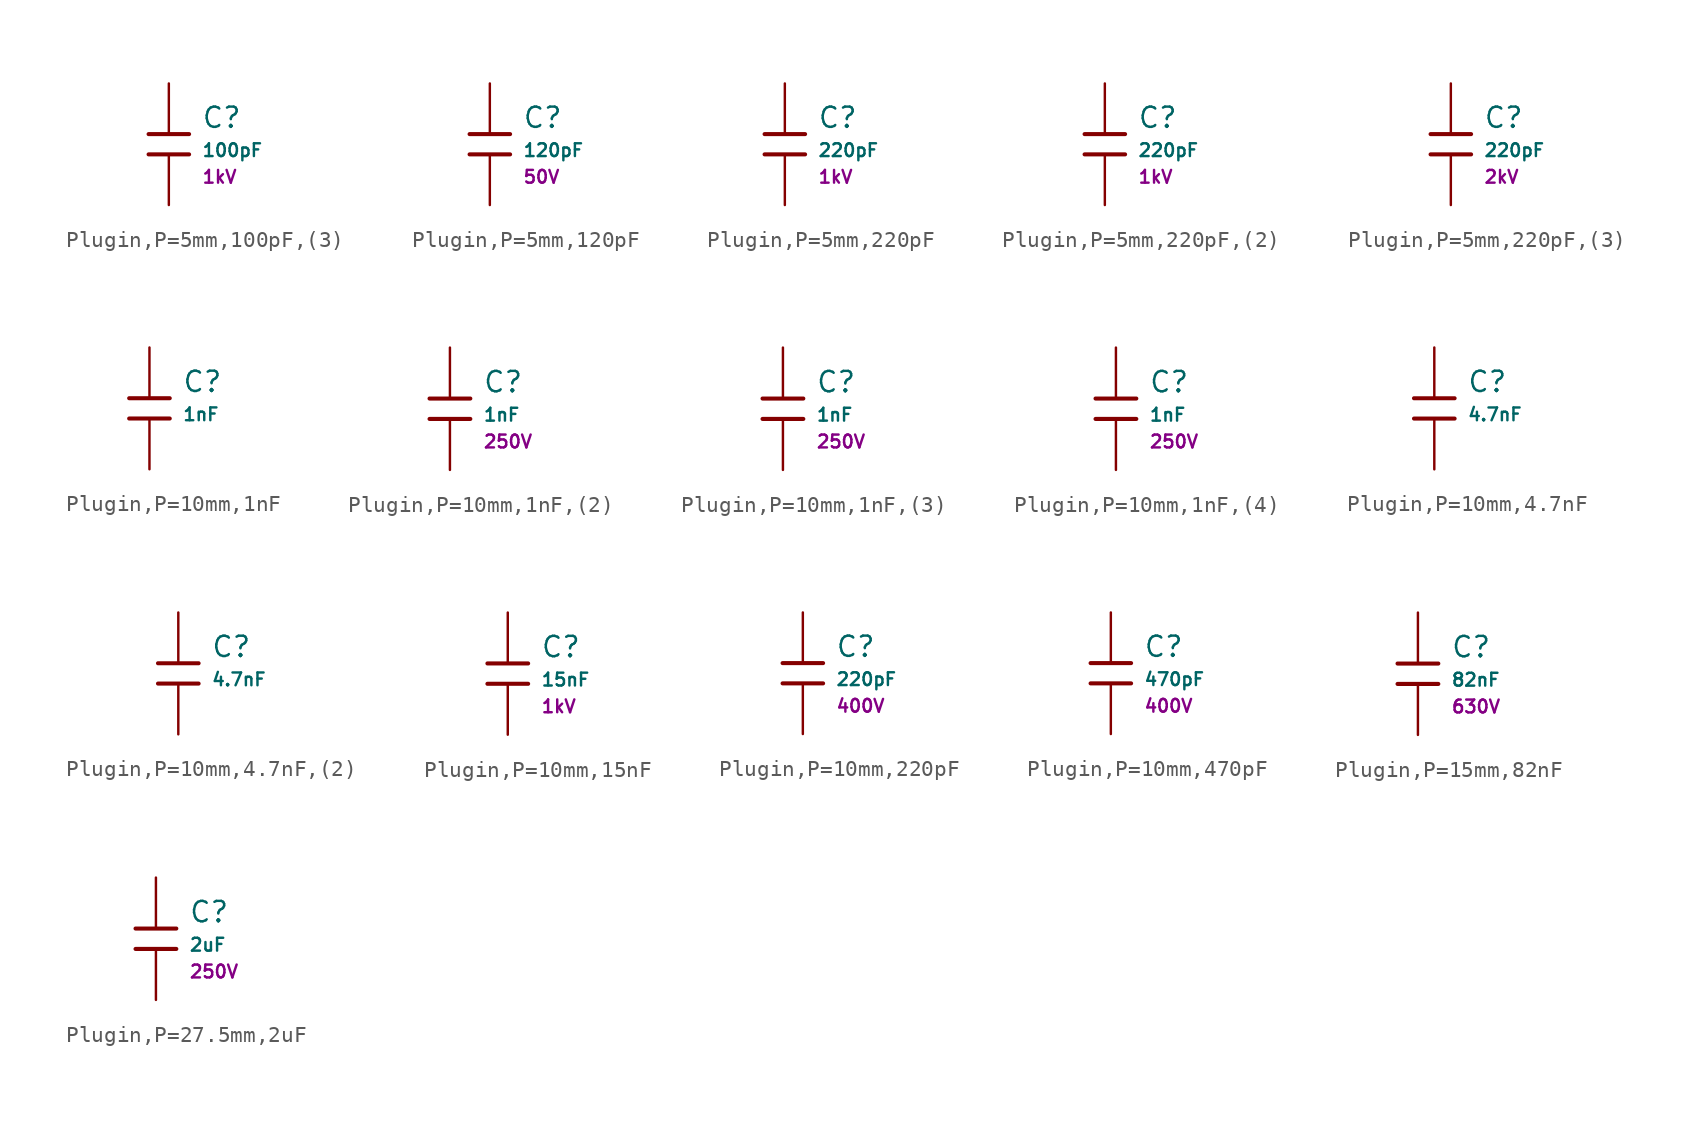
<source format=kicad_sym>
(kicad_symbol_lib
  (version 20231120)
  (generator "CDFER")
  (generator_version "8.0")
  (symbol "Plugin,P=5mm,100pF,(3)"
    (pin_numbers hide)
    (pin_names
      (offset 0))
    (property "Reference" "C"
      (at 2.032 1.668 0)
      (effects (font (size 1.27 1.27)) (justify left)))
    (property "Value" "100pF"
      (at 2.032 -0.378 0)
      (effects (font (size 0.8 0.8)) (justify left)))
    (property "Voltage Rated" "1kV"
      (at 2.032 -2.046 0)
      (effects (font (size 0.8 0.8)) (justify left)))
    (symbol "Plugin,P=5mm,100pF,(3)_0_1"
      (polyline (pts (xy -1.27 0.635) (xy 1.27 0.635)) (stroke (width 0.254) (type default)) (fill (type none))))
    (symbol "Plugin,P=5mm,100pF,(3)_0_1"
      (polyline (pts (xy -1.27 -0.635) (xy 1.27 -0.635)) (stroke (width 0.254) (type default)) (fill (type none))))
    (symbol "Plugin,P=5mm,100pF,(3)_1_1"
      (pin passive line (at 0 3.81 270) (length 3.175) (name "~" (effects (font (size 1.27 1.27)))) (number "1" (effects (font (size 1.27 1.27)))))
      (pin passive line (at 0 -3.81 90) (length 3.175) (name "~" (effects (font (size 1.27 1.27)))) (number "2" (effects (font (size 1.27 1.27)))))))
  (symbol "Plugin,P=5mm,120pF"
    (pin_numbers hide)
    (pin_names
      (offset 0))
    (property "Reference" "C"
      (at 2.032 1.668 0)
      (effects (font (size 1.27 1.27)) (justify left)))
    (property "Value" "120pF"
      (at 2.032 -0.378 0)
      (effects (font (size 0.8 0.8)) (justify left)))
    (property "Voltage Rated" "50V"
      (at 2.032 -2.046 0)
      (effects (font (size 0.8 0.8)) (justify left)))
    (symbol "Plugin,P=5mm,120pF_0_1"
      (polyline (pts (xy -1.27 0.635) (xy 1.27 0.635)) (stroke (width 0.254) (type default)) (fill (type none))))
    (symbol "Plugin,P=5mm,120pF_0_1"
      (polyline (pts (xy -1.27 -0.635) (xy 1.27 -0.635)) (stroke (width 0.254) (type default)) (fill (type none))))
    (symbol "Plugin,P=5mm,120pF_1_1"
      (pin passive line (at 0 3.81 270) (length 3.175) (name "~" (effects (font (size 1.27 1.27)))) (number "1" (effects (font (size 1.27 1.27)))))
      (pin passive line (at 0 -3.81 90) (length 3.175) (name "~" (effects (font (size 1.27 1.27)))) (number "2" (effects (font (size 1.27 1.27)))))))
  (symbol "Plugin,P=5mm,220pF"
    (pin_numbers hide)
    (pin_names
      (offset 0))
    (property "Reference" "C"
      (at 2.032 1.668 0)
      (effects (font (size 1.27 1.27)) (justify left)))
    (property "Value" "220pF"
      (at 2.032 -0.378 0)
      (effects (font (size 0.8 0.8)) (justify left)))
    (property "Voltage Rated" "1kV"
      (at 2.032 -2.046 0)
      (effects (font (size 0.8 0.8)) (justify left)))
    (symbol "Plugin,P=5mm,220pF_0_1"
      (polyline (pts (xy -1.27 0.635) (xy 1.27 0.635)) (stroke (width 0.254) (type default)) (fill (type none))))
    (symbol "Plugin,P=5mm,220pF_0_1"
      (polyline (pts (xy -1.27 -0.635) (xy 1.27 -0.635)) (stroke (width 0.254) (type default)) (fill (type none))))
    (symbol "Plugin,P=5mm,220pF_1_1"
      (pin passive line (at 0 3.81 270) (length 3.175) (name "~" (effects (font (size 1.27 1.27)))) (number "1" (effects (font (size 1.27 1.27)))))
      (pin passive line (at 0 -3.81 90) (length 3.175) (name "~" (effects (font (size 1.27 1.27)))) (number "2" (effects (font (size 1.27 1.27)))))))
  (symbol "Plugin,P=5mm,220pF,(2)"
    (pin_numbers hide)
    (pin_names
      (offset 0))
    (property "Reference" "C"
      (at 2.032 1.668 0)
      (effects (font (size 1.27 1.27)) (justify left)))
    (property "Value" "220pF"
      (at 2.032 -0.378 0)
      (effects (font (size 0.8 0.8)) (justify left)))
    (property "Voltage Rated" "1kV"
      (at 2.032 -2.046 0)
      (effects (font (size 0.8 0.8)) (justify left)))
    (symbol "Plugin,P=5mm,220pF,(2)_0_1"
      (polyline (pts (xy -1.27 0.635) (xy 1.27 0.635)) (stroke (width 0.254) (type default)) (fill (type none))))
    (symbol "Plugin,P=5mm,220pF,(2)_0_1"
      (polyline (pts (xy -1.27 -0.635) (xy 1.27 -0.635)) (stroke (width 0.254) (type default)) (fill (type none))))
    (symbol "Plugin,P=5mm,220pF,(2)_1_1"
      (pin passive line (at 0 3.81 270) (length 3.175) (name "~" (effects (font (size 1.27 1.27)))) (number "1" (effects (font (size 1.27 1.27)))))
      (pin passive line (at 0 -3.81 90) (length 3.175) (name "~" (effects (font (size 1.27 1.27)))) (number "2" (effects (font (size 1.27 1.27)))))))
  (symbol "Plugin,P=5mm,220pF,(3)"
    (pin_numbers hide)
    (pin_names
      (offset 0))
    (property "Reference" "C"
      (at 2.032 1.668 0)
      (effects (font (size 1.27 1.27)) (justify left)))
    (property "Value" "220pF"
      (at 2.032 -0.378 0)
      (effects (font (size 0.8 0.8)) (justify left)))
    (property "Voltage Rated" "2kV"
      (at 2.032 -2.046 0)
      (effects (font (size 0.8 0.8)) (justify left)))
    (symbol "Plugin,P=5mm,220pF,(3)_0_1"
      (polyline (pts (xy -1.27 0.635) (xy 1.27 0.635)) (stroke (width 0.254) (type default)) (fill (type none))))
    (symbol "Plugin,P=5mm,220pF,(3)_0_1"
      (polyline (pts (xy -1.27 -0.635) (xy 1.27 -0.635)) (stroke (width 0.254) (type default)) (fill (type none))))
    (symbol "Plugin,P=5mm,220pF,(3)_1_1"
      (pin passive line (at 0 3.81 270) (length 3.175) (name "~" (effects (font (size 1.27 1.27)))) (number "1" (effects (font (size 1.27 1.27)))))
      (pin passive line (at 0 -3.81 90) (length 3.175) (name "~" (effects (font (size 1.27 1.27)))) (number "2" (effects (font (size 1.27 1.27)))))))
  (symbol "Plugin,P=10mm,1nF"
    (pin_numbers hide)
    (pin_names
      (offset 0))
    (property "Reference" "C"
      (at 2.032 1.668 0)
      (effects (font (size 1.27 1.27)) (justify left)))
    (property "Value" "1nF"
      (at 2.032 -0.378 0)
      (effects (font (size 0.8 0.8)) (justify left)))
    (symbol "Plugin,P=10mm,1nF_0_1"
      (polyline (pts (xy -1.27 0.635) (xy 1.27 0.635)) (stroke (width 0.254) (type default)) (fill (type none))))
    (symbol "Plugin,P=10mm,1nF_0_1"
      (polyline (pts (xy -1.27 -0.635) (xy 1.27 -0.635)) (stroke (width 0.254) (type default)) (fill (type none))))
    (symbol "Plugin,P=10mm,1nF_1_1"
      (pin passive line (at 0 3.81 270) (length 3.175) (name "~" (effects (font (size 1.27 1.27)))) (number "1" (effects (font (size 1.27 1.27)))))
      (pin passive line (at 0 -3.81 90) (length 3.175) (name "~" (effects (font (size 1.27 1.27)))) (number "2" (effects (font (size 1.27 1.27)))))))
  (symbol "Plugin,P=10mm,1nF,(2)"
    (pin_numbers hide)
    (pin_names
      (offset 0))
    (property "Reference" "C"
      (at 2.032 1.668 0)
      (effects (font (size 1.27 1.27)) (justify left)))
    (property "Value" "1nF"
      (at 2.032 -0.378 0)
      (effects (font (size 0.8 0.8)) (justify left)))
    (property "Voltage Rated" "250V"
      (at 2.032 -2.046 0)
      (effects (font (size 0.8 0.8)) (justify left)))
    (symbol "Plugin,P=10mm,1nF,(2)_0_1"
      (polyline (pts (xy -1.27 0.635) (xy 1.27 0.635)) (stroke (width 0.254) (type default)) (fill (type none))))
    (symbol "Plugin,P=10mm,1nF,(2)_0_1"
      (polyline (pts (xy -1.27 -0.635) (xy 1.27 -0.635)) (stroke (width 0.254) (type default)) (fill (type none))))
    (symbol "Plugin,P=10mm,1nF,(2)_1_1"
      (pin passive line (at 0 3.81 270) (length 3.175) (name "~" (effects (font (size 1.27 1.27)))) (number "1" (effects (font (size 1.27 1.27)))))
      (pin passive line (at 0 -3.81 90) (length 3.175) (name "~" (effects (font (size 1.27 1.27)))) (number "2" (effects (font (size 1.27 1.27)))))))
  (symbol "Plugin,P=10mm,1nF,(3)"
    (pin_numbers hide)
    (pin_names
      (offset 0))
    (property "Reference" "C"
      (at 2.032 1.668 0)
      (effects (font (size 1.27 1.27)) (justify left)))
    (property "Value" "1nF"
      (at 2.032 -0.378 0)
      (effects (font (size 0.8 0.8)) (justify left)))
    (property "Voltage Rated" "250V"
      (at 2.032 -2.046 0)
      (effects (font (size 0.8 0.8)) (justify left)))
    (symbol "Plugin,P=10mm,1nF,(3)_0_1"
      (polyline (pts (xy -1.27 0.635) (xy 1.27 0.635)) (stroke (width 0.254) (type default)) (fill (type none))))
    (symbol "Plugin,P=10mm,1nF,(3)_0_1"
      (polyline (pts (xy -1.27 -0.635) (xy 1.27 -0.635)) (stroke (width 0.254) (type default)) (fill (type none))))
    (symbol "Plugin,P=10mm,1nF,(3)_1_1"
      (pin passive line (at 0 3.81 270) (length 3.175) (name "~" (effects (font (size 1.27 1.27)))) (number "1" (effects (font (size 1.27 1.27)))))
      (pin passive line (at 0 -3.81 90) (length 3.175) (name "~" (effects (font (size 1.27 1.27)))) (number "2" (effects (font (size 1.27 1.27)))))))
  (symbol "Plugin,P=10mm,1nF,(4)"
    (pin_numbers hide)
    (pin_names
      (offset 0))
    (property "Reference" "C"
      (at 2.032 1.668 0)
      (effects (font (size 1.27 1.27)) (justify left)))
    (property "Value" "1nF"
      (at 2.032 -0.378 0)
      (effects (font (size 0.8 0.8)) (justify left)))
    (property "Voltage Rated" "250V"
      (at 2.032 -2.046 0)
      (effects (font (size 0.8 0.8)) (justify left)))
    (symbol "Plugin,P=10mm,1nF,(4)_0_1"
      (polyline (pts (xy -1.27 0.635) (xy 1.27 0.635)) (stroke (width 0.254) (type default)) (fill (type none))))
    (symbol "Plugin,P=10mm,1nF,(4)_0_1"
      (polyline (pts (xy -1.27 -0.635) (xy 1.27 -0.635)) (stroke (width 0.254) (type default)) (fill (type none))))
    (symbol "Plugin,P=10mm,1nF,(4)_1_1"
      (pin passive line (at 0 3.81 270) (length 3.175) (name "~" (effects (font (size 1.27 1.27)))) (number "1" (effects (font (size 1.27 1.27)))))
      (pin passive line (at 0 -3.81 90) (length 3.175) (name "~" (effects (font (size 1.27 1.27)))) (number "2" (effects (font (size 1.27 1.27)))))))
  (symbol "Plugin,P=10mm,4.7nF"
    (pin_numbers hide)
    (pin_names
      (offset 0))
    (property "Reference" "C"
      (at 2.032 1.668 0)
      (effects (font (size 1.27 1.27)) (justify left)))
    (property "Value" "4.7nF"
      (at 2.032 -0.378 0)
      (effects (font (size 0.8 0.8)) (justify left)))
    (symbol "Plugin,P=10mm,4.7nF_0_1"
      (polyline (pts (xy -1.27 0.635) (xy 1.27 0.635)) (stroke (width 0.254) (type default)) (fill (type none))))
    (symbol "Plugin,P=10mm,4.7nF_0_1"
      (polyline (pts (xy -1.27 -0.635) (xy 1.27 -0.635)) (stroke (width 0.254) (type default)) (fill (type none))))
    (symbol "Plugin,P=10mm,4.7nF_1_1"
      (pin passive line (at 0 3.81 270) (length 3.175) (name "~" (effects (font (size 1.27 1.27)))) (number "1" (effects (font (size 1.27 1.27)))))
      (pin passive line (at 0 -3.81 90) (length 3.175) (name "~" (effects (font (size 1.27 1.27)))) (number "2" (effects (font (size 1.27 1.27)))))))
  (symbol "Plugin,P=10mm,4.7nF,(2)"
    (pin_numbers hide)
    (pin_names
      (offset 0))
    (property "Reference" "C"
      (at 2.032 1.668 0)
      (effects (font (size 1.27 1.27)) (justify left)))
    (property "Value" "4.7nF"
      (at 2.032 -0.378 0)
      (effects (font (size 0.8 0.8)) (justify left)))
    (symbol "Plugin,P=10mm,4.7nF,(2)_0_1"
      (polyline (pts (xy -1.27 0.635) (xy 1.27 0.635)) (stroke (width 0.254) (type default)) (fill (type none))))
    (symbol "Plugin,P=10mm,4.7nF,(2)_0_1"
      (polyline (pts (xy -1.27 -0.635) (xy 1.27 -0.635)) (stroke (width 0.254) (type default)) (fill (type none))))
    (symbol "Plugin,P=10mm,4.7nF,(2)_1_1"
      (pin passive line (at 0 3.81 270) (length 3.175) (name "~" (effects (font (size 1.27 1.27)))) (number "1" (effects (font (size 1.27 1.27)))))
      (pin passive line (at 0 -3.81 90) (length 3.175) (name "~" (effects (font (size 1.27 1.27)))) (number "2" (effects (font (size 1.27 1.27)))))))
  (symbol "Plugin,P=10mm,15nF"
    (pin_numbers hide)
    (pin_names
      (offset 0))
    (property "Reference" "C"
      (at 2.032 1.668 0)
      (effects (font (size 1.27 1.27)) (justify left)))
    (property "Value" "15nF"
      (at 2.032 -0.378 0)
      (effects (font (size 0.8 0.8)) (justify left)))
    (property "Voltage Rated" "1kV"
      (at 2.032 -2.046 0)
      (effects (font (size 0.8 0.8)) (justify left)))
    (symbol "Plugin,P=10mm,15nF_0_1"
      (polyline (pts (xy -1.27 0.635) (xy 1.27 0.635)) (stroke (width 0.254) (type default)) (fill (type none))))
    (symbol "Plugin,P=10mm,15nF_0_1"
      (polyline (pts (xy -1.27 -0.635) (xy 1.27 -0.635)) (stroke (width 0.254) (type default)) (fill (type none))))
    (symbol "Plugin,P=10mm,15nF_1_1"
      (pin passive line (at 0 3.81 270) (length 3.175) (name "~" (effects (font (size 1.27 1.27)))) (number "1" (effects (font (size 1.27 1.27)))))
      (pin passive line (at 0 -3.81 90) (length 3.175) (name "~" (effects (font (size 1.27 1.27)))) (number "2" (effects (font (size 1.27 1.27)))))))
  (symbol "Plugin,P=10mm,220pF"
    (pin_numbers hide)
    (pin_names
      (offset 0))
    (property "Reference" "C"
      (at 2.032 1.668 0)
      (effects (font (size 1.27 1.27)) (justify left)))
    (property "Value" "220pF"
      (at 2.032 -0.378 0)
      (effects (font (size 0.8 0.8)) (justify left)))
    (property "Voltage Rated" "400V"
      (at 2.032 -2.046 0)
      (effects (font (size 0.8 0.8)) (justify left)))
    (symbol "Plugin,P=10mm,220pF_0_1"
      (polyline (pts (xy -1.27 0.635) (xy 1.27 0.635)) (stroke (width 0.254) (type default)) (fill (type none))))
    (symbol "Plugin,P=10mm,220pF_0_1"
      (polyline (pts (xy -1.27 -0.635) (xy 1.27 -0.635)) (stroke (width 0.254) (type default)) (fill (type none))))
    (symbol "Plugin,P=10mm,220pF_1_1"
      (pin passive line (at 0 3.81 270) (length 3.175) (name "~" (effects (font (size 1.27 1.27)))) (number "1" (effects (font (size 1.27 1.27)))))
      (pin passive line (at 0 -3.81 90) (length 3.175) (name "~" (effects (font (size 1.27 1.27)))) (number "2" (effects (font (size 1.27 1.27)))))))
  (symbol "Plugin,P=10mm,470pF"
    (pin_numbers hide)
    (pin_names
      (offset 0))
    (property "Reference" "C"
      (at 2.032 1.668 0)
      (effects (font (size 1.27 1.27)) (justify left)))
    (property "Value" "470pF"
      (at 2.032 -0.378 0)
      (effects (font (size 0.8 0.8)) (justify left)))
    (property "Voltage Rated" "400V"
      (at 2.032 -2.046 0)
      (effects (font (size 0.8 0.8)) (justify left)))
    (symbol "Plugin,P=10mm,470pF_0_1"
      (polyline (pts (xy -1.27 0.635) (xy 1.27 0.635)) (stroke (width 0.254) (type default)) (fill (type none))))
    (symbol "Plugin,P=10mm,470pF_0_1"
      (polyline (pts (xy -1.27 -0.635) (xy 1.27 -0.635)) (stroke (width 0.254) (type default)) (fill (type none))))
    (symbol "Plugin,P=10mm,470pF_1_1"
      (pin passive line (at 0 3.81 270) (length 3.175) (name "~" (effects (font (size 1.27 1.27)))) (number "1" (effects (font (size 1.27 1.27)))))
      (pin passive line (at 0 -3.81 90) (length 3.175) (name "~" (effects (font (size 1.27 1.27)))) (number "2" (effects (font (size 1.27 1.27)))))))
  (symbol "Plugin,P=15mm,82nF"
    (pin_numbers hide)
    (pin_names
      (offset 0))
    (property "Reference" "C"
      (at 2.032 1.668 0)
      (effects (font (size 1.27 1.27)) (justify left)))
    (property "Value" "82nF"
      (at 2.032 -0.378 0)
      (effects (font (size 0.8 0.8)) (justify left)))
    (property "Voltage Rated" "630V"
      (at 2.032 -2.046 0)
      (effects (font (size 0.8 0.8)) (justify left)))
    (symbol "Plugin,P=15mm,82nF_0_1"
      (polyline (pts (xy -1.27 0.635) (xy 1.27 0.635)) (stroke (width 0.254) (type default)) (fill (type none))))
    (symbol "Plugin,P=15mm,82nF_0_1"
      (polyline (pts (xy -1.27 -0.635) (xy 1.27 -0.635)) (stroke (width 0.254) (type default)) (fill (type none))))
    (symbol "Plugin,P=15mm,82nF_1_1"
      (pin passive line (at 0 3.81 270) (length 3.175) (name "~" (effects (font (size 1.27 1.27)))) (number "1" (effects (font (size 1.27 1.27)))))
      (pin passive line (at 0 -3.81 90) (length 3.175) (name "~" (effects (font (size 1.27 1.27)))) (number "2" (effects (font (size 1.27 1.27)))))))
  (symbol "Plugin,P=27.5mm,2uF"
    (pin_numbers hide)
    (pin_names
      (offset 0))
    (property "Reference" "C"
      (at 2.032 1.668 0)
      (effects (font (size 1.27 1.27)) (justify left)))
    (property "Value" "2uF"
      (at 2.032 -0.378 0)
      (effects (font (size 0.8 0.8)) (justify left)))
    (property "Voltage Rated" "250V"
      (at 2.032 -2.046 0)
      (effects (font (size 0.8 0.8)) (justify left)))
    (symbol "Plugin,P=27.5mm,2uF_0_1"
      (polyline (pts (xy -1.27 0.635) (xy 1.27 0.635)) (stroke (width 0.254) (type default)) (fill (type none))))
    (symbol "Plugin,P=27.5mm,2uF_0_1"
      (polyline (pts (xy -1.27 -0.635) (xy 1.27 -0.635)) (stroke (width 0.254) (type default)) (fill (type none))))
    (symbol "Plugin,P=27.5mm,2uF_1_1"
      (pin passive line (at 0 3.81 270) (length 3.175) (name "~" (effects (font (size 1.27 1.27)))) (number "1" (effects (font (size 1.27 1.27)))))
      (pin passive line (at 0 -3.81 90) (length 3.175) (name "~" (effects (font (size 1.27 1.27)))) (number "2" (effects (font (size 1.27 1.27))))))))
</source>
